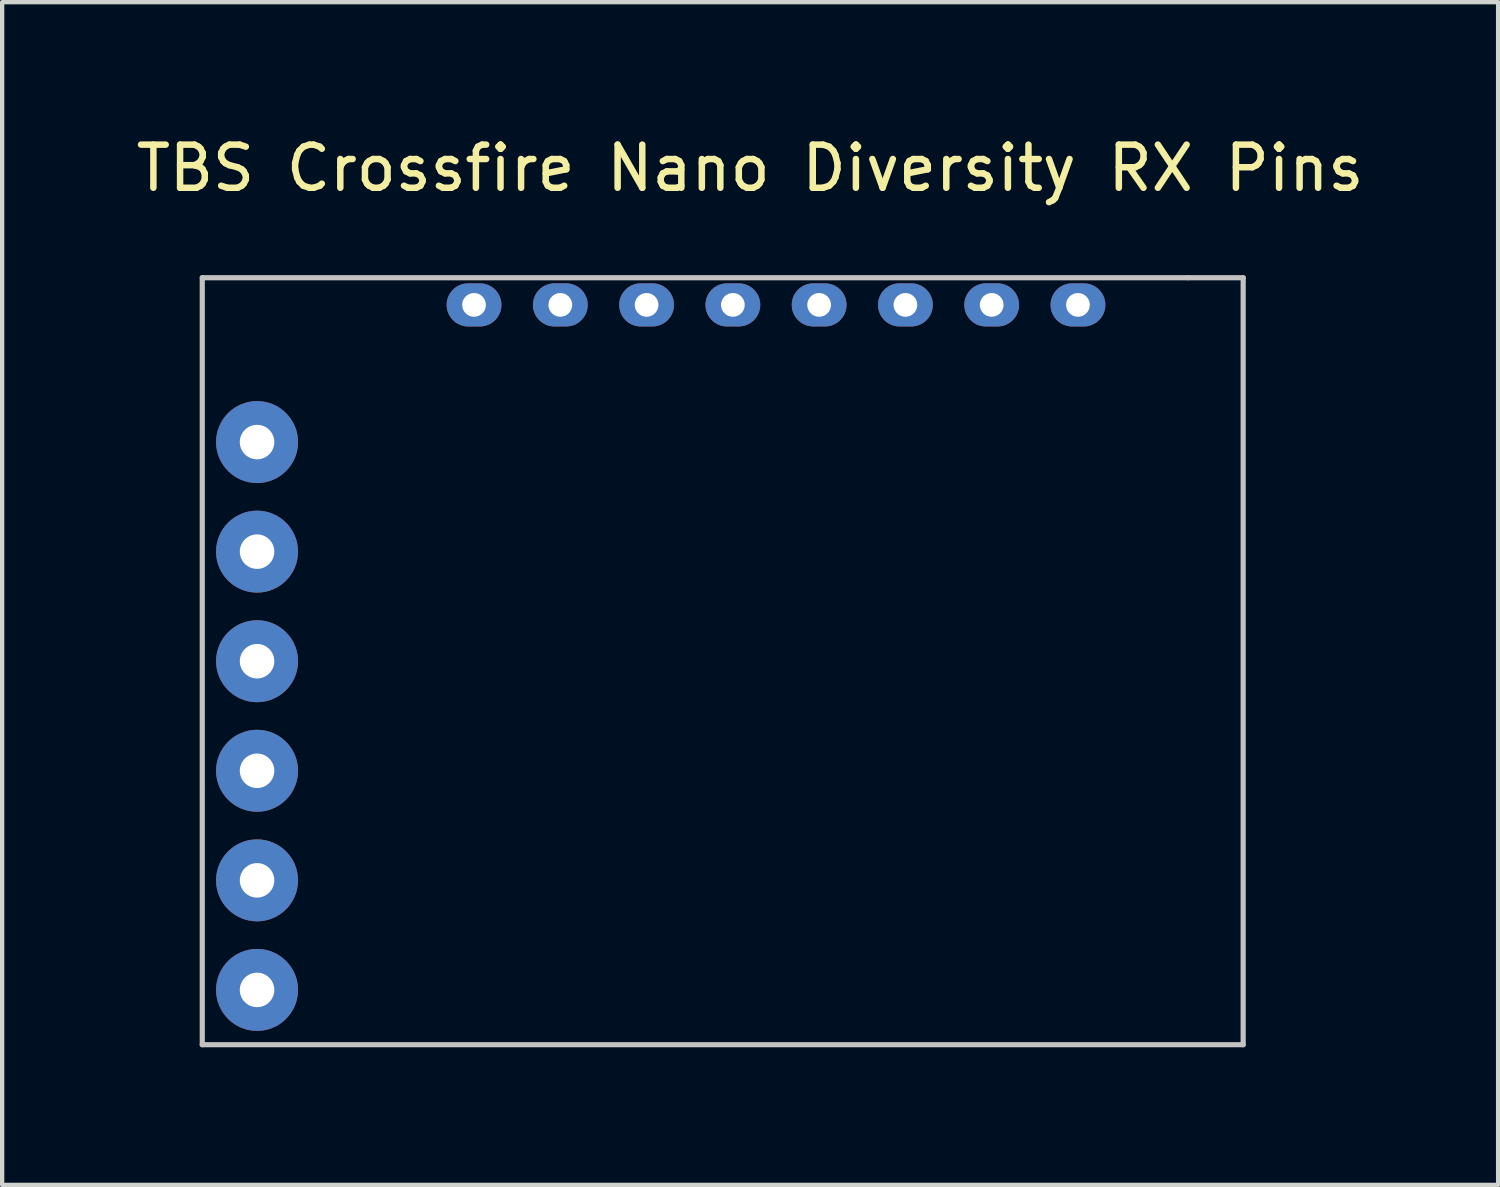
<source format=kicad_pcb>
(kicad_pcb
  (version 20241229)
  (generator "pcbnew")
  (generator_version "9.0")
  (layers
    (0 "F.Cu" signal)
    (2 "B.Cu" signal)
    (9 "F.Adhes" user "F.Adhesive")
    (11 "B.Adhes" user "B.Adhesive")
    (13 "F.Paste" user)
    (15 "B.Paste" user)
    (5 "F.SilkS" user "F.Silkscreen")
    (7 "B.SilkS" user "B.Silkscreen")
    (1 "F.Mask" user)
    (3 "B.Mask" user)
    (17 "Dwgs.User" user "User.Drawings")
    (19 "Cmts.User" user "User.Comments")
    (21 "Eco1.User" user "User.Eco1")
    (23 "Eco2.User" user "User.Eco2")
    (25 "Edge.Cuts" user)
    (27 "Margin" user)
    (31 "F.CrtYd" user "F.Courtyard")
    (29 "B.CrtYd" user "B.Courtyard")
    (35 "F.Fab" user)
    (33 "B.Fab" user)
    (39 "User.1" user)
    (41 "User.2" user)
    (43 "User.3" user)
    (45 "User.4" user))
  (footprint "TBS Crossfire Nano Diversity RX Pins"
    (layer "F.Cu")
    (at 1.639 21.168)
    (property "Reference" "TBS Crossfire Nano Diversity RX Pins" (at 12.7 -20.32 0) (layer "F.SilkS") (effects (font (size 1 1) (thickness 0.15))))
    (attr through_hole)
    (fp_line (start 0 -17.78) (end 22.86 -17.78) (stroke (width 0.12) (type solid)) (layer "Dwgs.User"))
    (fp_line (start 0 0) (end 0 -17.78) (stroke (width 0.12) (type solid)) (layer "Dwgs.User"))
    (fp_line (start 22.86 -17.78) (end 24.13 -17.78) (stroke (width 0.12) (type solid)) (layer "Dwgs.User"))
    (fp_line (start 24.13 -17.78) (end 24.13 0) (stroke (width 0.12) (type solid)) (layer "Dwgs.User"))
    (fp_line (start 24.13 0) (end 0 0) (stroke (width 0.12) (type solid)) (layer "Dwgs.User"))
    (pad "1" thru_hole circle (at 1.27 -1.27) (size 1.9 1.9) (drill 0.8) (layers "*.Cu" "*.Mask"))
    (pad "2" thru_hole circle (at 1.27 -3.81) (size 1.9 1.9) (drill 0.8) (layers "*.Cu" "*.Mask"))
    (pad "3" thru_hole circle (at 1.27 -6.35) (size 1.9 1.9) (drill 0.8) (layers "*.Cu" "*.Mask"))
    (pad "4" thru_hole circle (at 1.27 -8.89) (size 1.9 1.9) (drill 0.8) (layers "*.Cu" "*.Mask"))
    (pad "5" thru_hole circle (at 1.27 -11.43) (size 1.9 1.9) (drill 0.8) (layers "*.Cu" "*.Mask"))
    (pad "6" thru_hole circle (at 1.27 -13.97) (size 1.9 1.9) (drill 0.8) (layers "*.Cu" "*.Mask"))
    (pad "7" thru_hole oval (at 6.3 -17.15) (size 1.27 1) (drill 0.55) (layers "*.Cu" "*.Mask"))
    (pad "8" thru_hole oval (at 8.3 -17.15) (size 1.27 1) (drill 0.55) (layers "*.Cu" "*.Mask"))
    (pad "9" thru_hole oval (at 10.3 -17.15) (size 1.27 1) (drill 0.55) (layers "*.Cu" "*.Mask"))
    (pad "10" thru_hole oval (at 12.3 -17.15) (size 1.27 1) (drill 0.55) (layers "*.Cu" "*.Mask"))
    (pad "11" thru_hole oval (at 14.3 -17.15) (size 1.27 1) (drill 0.55) (layers "*.Cu" "*.Mask"))
    (pad "12" thru_hole oval (at 16.3 -17.15) (size 1.27 1) (drill 0.55) (layers "*.Cu" "*.Mask"))
    (pad "13" thru_hole oval (at 18.3 -17.15) (size 1.27 1) (drill 0.55) (layers "*.Cu" "*.Mask"))
    (pad "14" thru_hole oval (at 20.3 -17.15) (size 1.27 1) (drill 0.55) (layers "*.Cu" "*.Mask")))
  (gr_rect
    (start -3 -3)
    (end 31.679 24.418)
    (stroke (width 0.1) (type default))
    (fill no)
    (layer "Edge.Cuts")))
</source>
